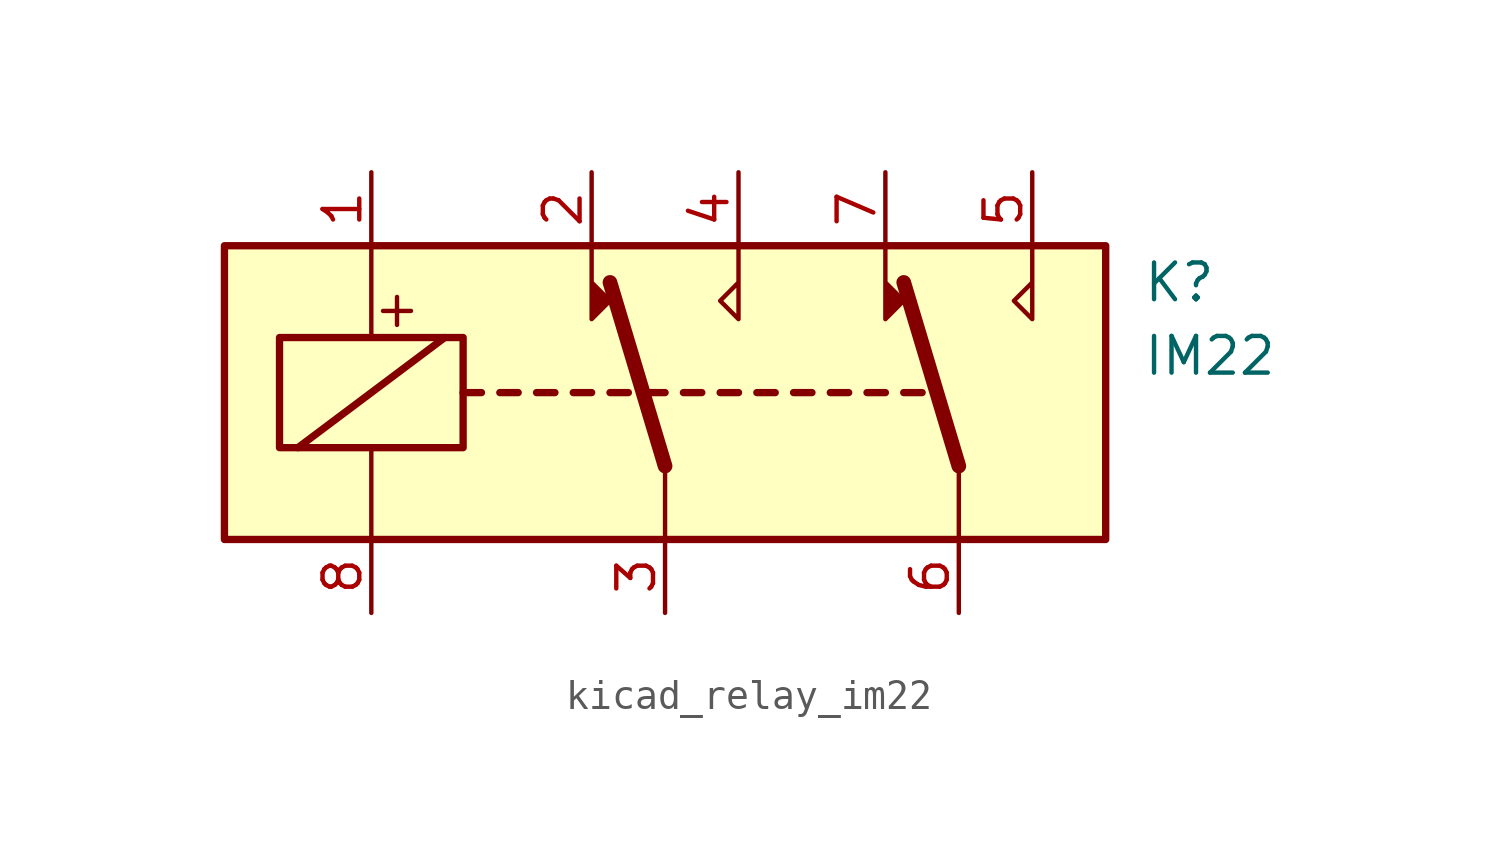
<source format=kicad_sym>
(kicad_symbol_lib
  (version 20220914)
  (generator kicad_symbol_editor)
  (symbol "kicad_relay_im22"
    (property "Reference" "K"
      (at 16.51 3.81 0)
      (effects (font (size 1.27 1.27)) (justify left)))
    (property "Value" "IM22"
      (at 16.51 1.27 0)
      (effects (font (size 1.27 1.27)) (justify left)))
    (symbol "kicad_relay_im22_0_0"
      (text "+" (at -9.271 2.921 0) (effects (font (size 1.27 1.27)))))
    (symbol "kicad_relay_im22_0_1"
      (rectangle (start -15.24 5.08) (end 15.24 -5.08) (stroke (width 0.254) (type default)) (fill (type background)))
      (rectangle (start -13.335 1.905) (end -6.985 -1.905) (stroke (width 0.254) (type default)) (fill (type none)))
      (polyline (pts (xy -12.7 -1.905) (xy -7.62 1.905)) (stroke (width 0.254) (type default)) (fill (type none)))
      (polyline (pts (xy -10.16 -5.08) (xy -10.16 -1.905)) (stroke (width 0) (type default)) (fill (type none)))
      (polyline (pts (xy -10.16 5.08) (xy -10.16 1.905)) (stroke (width 0) (type default)) (fill (type none)))
      (polyline (pts (xy -6.985 0) (xy -6.35 0)) (stroke (width 0.254) (type default)) (fill (type none)))
      (polyline (pts (xy -5.715 0) (xy -5.08 0)) (stroke (width 0.254) (type default)) (fill (type none)))
      (polyline (pts (xy -4.445 0) (xy -3.81 0)) (stroke (width 0.254) (type default)) (fill (type none)))
      (polyline (pts (xy -3.175 0) (xy -2.54 0)) (stroke (width 0.254) (type default)) (fill (type none)))
      (polyline (pts (xy -1.905 0) (xy -1.27 0)) (stroke (width 0.254) (type default)) (fill (type none)))
      (polyline (pts (xy -0.635 0) (xy 0 0)) (stroke (width 0.254) (type default)) (fill (type none)))
      (polyline (pts (xy 0 -2.54) (xy -1.905 3.81)) (stroke (width 0.508) (type default)) (fill (type none)))
      (polyline (pts (xy 0 -2.54) (xy 0 -5.08)) (stroke (width 0) (type default)) (fill (type none)))
      (polyline (pts (xy 0.635 0) (xy 1.27 0)) (stroke (width 0.254) (type default)) (fill (type none)))
      (polyline (pts (xy 1.905 0) (xy 2.54 0)) (stroke (width 0.254) (type default)) (fill (type none)))
      (polyline (pts (xy 3.175 0) (xy 3.81 0)) (stroke (width 0.254) (type default)) (fill (type none)))
      (polyline (pts (xy 4.445 0) (xy 5.08 0)) (stroke (width 0.254) (type default)) (fill (type none)))
      (polyline (pts (xy 5.715 0) (xy 6.35 0)) (stroke (width 0.254) (type default)) (fill (type none)))
      (polyline (pts (xy 6.985 0) (xy 7.62 0)) (stroke (width 0.254) (type default)) (fill (type none)))
      (polyline (pts (xy 8.255 0) (xy 8.89 0)) (stroke (width 0.254) (type default)) (fill (type none)))
      (polyline (pts (xy 10.16 -2.54) (xy 8.255 3.81)) (stroke (width 0.508) (type default)) (fill (type none)))
      (polyline (pts (xy 10.16 -2.54) (xy 10.16 -5.08)) (stroke (width 0) (type default)) (fill (type none)))
      (polyline (pts (xy -2.54 5.08) (xy -2.54 2.54) (xy -1.905 3.175) (xy -2.54 3.81)) (stroke (width 0) (type default)) (fill (type outline)))
      (polyline (pts (xy 2.54 5.08) (xy 2.54 2.54) (xy 1.905 3.175) (xy 2.54 3.81)) (stroke (width 0) (type default)) (fill (type none)))
      (polyline (pts (xy 7.62 5.08) (xy 7.62 2.54) (xy 8.255 3.175) (xy 7.62 3.81)) (stroke (width 0) (type default)) (fill (type outline)))
      (polyline (pts (xy 12.7 5.08) (xy 12.7 2.54) (xy 12.065 3.175) (xy 12.7 3.81)) (stroke (width 0) (type default)) (fill (type none))))
    (symbol "kicad_relay_im22_1_1"
      (pin passive line (at -10.16 7.62 270) (length 2.54) (name "~" (effects (font (size 1.27 1.27)))) (number "1" (effects (font (size 1.27 1.27)))))
      (pin passive line (at -2.54 7.62 270) (length 2.54) (name "~" (effects (font (size 1.27 1.27)))) (number "2" (effects (font (size 1.27 1.27)))))
      (pin passive line (at 0 -7.62 90) (length 2.54) (name "~" (effects (font (size 1.27 1.27)))) (number "3" (effects (font (size 1.27 1.27)))))
      (pin passive line (at 2.54 7.62 270) (length 2.54) (name "~" (effects (font (size 1.27 1.27)))) (number "4" (effects (font (size 1.27 1.27)))))
      (pin passive line (at 12.7 7.62 270) (length 2.54) (name "~" (effects (font (size 1.27 1.27)))) (number "5" (effects (font (size 1.27 1.27)))))
      (pin passive line (at 10.16 -7.62 90) (length 2.54) (name "~" (effects (font (size 1.27 1.27)))) (number "6" (effects (font (size 1.27 1.27)))))
      (pin passive line (at 7.62 7.62 270) (length 2.54) (name "~" (effects (font (size 1.27 1.27)))) (number "7" (effects (font (size 1.27 1.27)))))
      (pin passive line (at -10.16 -7.62 90) (length 2.54) (name "~" (effects (font (size 1.27 1.27)))) (number "8" (effects (font (size 1.27 1.27))))))))
</source>
